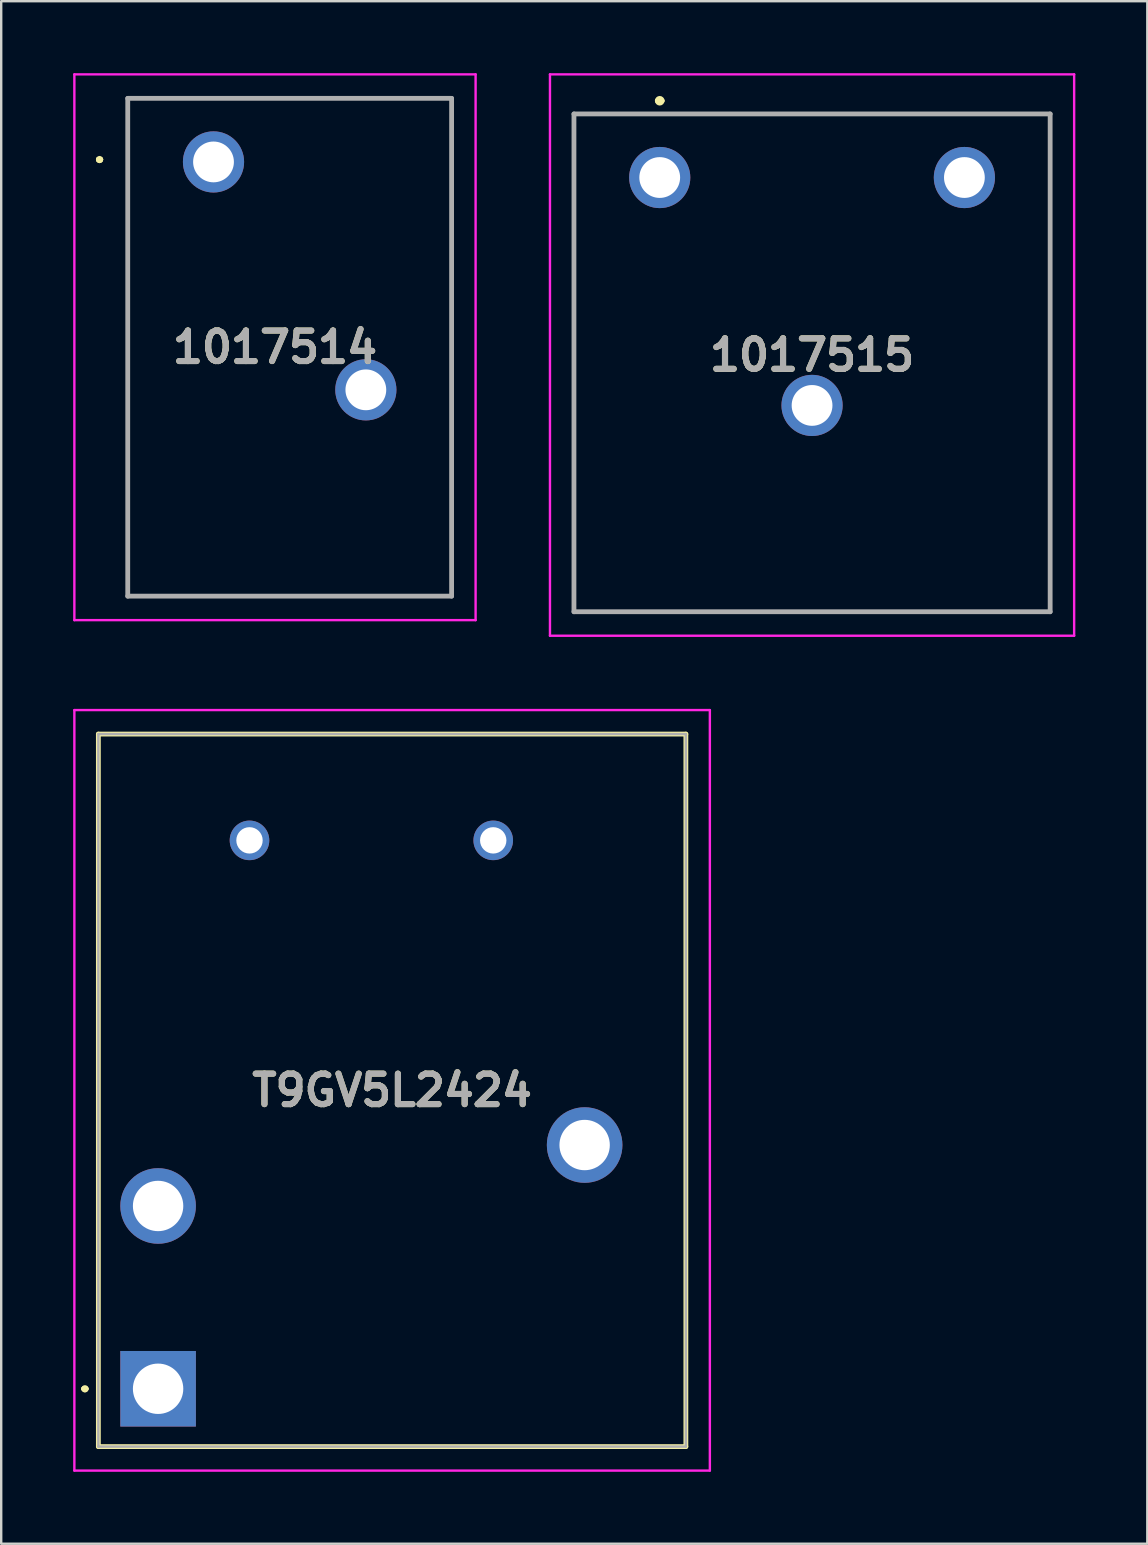
<source format=kicad_pcb>
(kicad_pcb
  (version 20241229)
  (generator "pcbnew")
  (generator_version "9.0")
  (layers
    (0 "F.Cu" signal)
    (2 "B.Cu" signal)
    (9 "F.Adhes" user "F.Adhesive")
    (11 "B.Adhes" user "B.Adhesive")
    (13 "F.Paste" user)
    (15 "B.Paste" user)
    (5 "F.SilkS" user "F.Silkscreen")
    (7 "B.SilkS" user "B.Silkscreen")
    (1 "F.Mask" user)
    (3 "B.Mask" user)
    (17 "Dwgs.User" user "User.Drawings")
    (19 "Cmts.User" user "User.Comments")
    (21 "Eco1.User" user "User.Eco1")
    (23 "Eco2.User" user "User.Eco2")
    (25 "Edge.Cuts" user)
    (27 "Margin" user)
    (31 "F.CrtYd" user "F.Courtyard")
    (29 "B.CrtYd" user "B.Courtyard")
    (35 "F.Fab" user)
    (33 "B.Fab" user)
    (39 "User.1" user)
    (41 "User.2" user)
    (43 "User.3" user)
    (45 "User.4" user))
  (footprint "1017514"
    (layer "F.Cu")
    (at 5.85 3.7)
    (property "Reference" "1017514" (at 2.562 7.725 0) (layer "F.SilkS") (effects (font (size 1.27 1.27) (thickness 0.254))))
    (attr through_hole)
    (fp_line (start -4.8 -0.1) (end -4.8 -0.1) (stroke (width 0.2) (type solid)) (layer "F.SilkS"))
    (fp_line (start -4.8 -0.1) (end -4.8 -0.1) (stroke (width 0.2) (type solid)) (layer "F.SilkS"))
    (fp_line (start -4.7 -0.1) (end -4.7 -0.1) (stroke (width 0.2) (type solid)) (layer "F.SilkS"))
    (fp_line (start -3.575 -2.65) (end 9.925 -2.65) (stroke (width 0.1) (type solid)) (layer "F.SilkS"))
    (fp_line (start -3.575 18.1) (end -3.575 -2.65) (stroke (width 0.1) (type solid)) (layer "F.SilkS"))
    (fp_line (start 9.925 -2.65) (end 9.925 18.1) (stroke (width 0.1) (type solid)) (layer "F.SilkS"))
    (fp_line (start 9.925 18.1) (end -3.575 18.1) (stroke (width 0.1) (type solid)) (layer "F.SilkS"))
    (fp_arc (start -4.8 -0.1) (mid -4.75 -0.15) (end -4.7 -0.1) (stroke (width 0.2) (type solid)) (layer "F.SilkS"))
    (fp_arc (start -4.7 -0.1) (mid -4.75 -0.05) (end -4.8 -0.1) (stroke (width 0.2) (type solid)) (layer "F.SilkS"))
    (fp_arc (start -4.7 -0.1) (mid -4.75 -0.05) (end -4.8 -0.1) (stroke (width 0.2) (type solid)) (layer "F.SilkS"))
    (fp_line (start -5.8 -3.65) (end 10.925 -3.65) (stroke (width 0.1) (type solid)) (layer "F.CrtYd"))
    (fp_line (start -5.8 19.1) (end -5.8 -3.65) (stroke (width 0.1) (type solid)) (layer "F.CrtYd"))
    (fp_line (start 10.925 -3.65) (end 10.925 19.1) (stroke (width 0.1) (type solid)) (layer "F.CrtYd"))
    (fp_line (start 10.925 19.1) (end -5.8 19.1) (stroke (width 0.1) (type solid)) (layer "F.CrtYd"))
    (fp_line (start -3.575 -2.65) (end -3.575 18.1) (stroke (width 0.2) (type solid)) (layer "F.Fab"))
    (fp_line (start -3.575 18.1) (end 9.925 18.1) (stroke (width 0.2) (type solid)) (layer "F.Fab"))
    (fp_line (start 9.925 -2.65) (end -3.575 -2.65) (stroke (width 0.2) (type solid)) (layer "F.Fab"))
    (fp_line (start 9.925 18.1) (end 9.925 -2.65) (stroke (width 0.2) (type solid)) (layer "F.Fab"))
    (fp_text user "${REFERENCE}" (at 2.562 7.725 0) (layer "F.Fab") (effects (font (size 1.27 1.27) (thickness 0.254))))
    (pad "1" thru_hole circle (at 0 0) (size 2.55 2.55) (drill 1.7) (layers "*.Cu" "*.Mask"))
    (pad "2" thru_hole circle (at 6.35 9.5) (size 2.55 2.55) (drill 1.7) (layers "*.Cu" "*.Mask")))
  (footprint "1017515"
    (layer "F.Cu")
    (at 24.45 4.35)
    (property "Reference" "1017515" (at 6.35 7.4 0) (layer "F.SilkS") (effects (font (size 1.27 1.27) (thickness 0.254))))
    (attr through_hole)
    (fp_line (start -3.575 -2.65) (end 16.275 -2.65) (stroke (width 0.1) (type solid)) (layer "F.SilkS"))
    (fp_line (start -3.575 18.1) (end -3.575 -2.65) (stroke (width 0.1) (type solid)) (layer "F.SilkS"))
    (fp_line (start -0.1 -3.2) (end -0.1 -3.2) (stroke (width 0.2) (type solid)) (layer "F.SilkS"))
    (fp_line (start 0.1 -3.2) (end 0.1 -3.2) (stroke (width 0.2) (type solid)) (layer "F.SilkS"))
    (fp_line (start 16.275 -2.65) (end 16.275 18.1) (stroke (width 0.1) (type solid)) (layer "F.SilkS"))
    (fp_line (start 16.275 18.1) (end -3.575 18.1) (stroke (width 0.1) (type solid)) (layer "F.SilkS"))
    (fp_arc (start -0.1 -3.2) (mid 0 -3.3) (end 0.1 -3.2) (stroke (width 0.2) (type solid)) (layer "F.SilkS"))
    (fp_arc (start 0.1 -3.2) (mid 0 -3.1) (end -0.1 -3.2) (stroke (width 0.2) (type solid)) (layer "F.SilkS"))
    (fp_line (start -4.575 -4.3) (end 17.275 -4.3) (stroke (width 0.1) (type solid)) (layer "F.CrtYd"))
    (fp_line (start -4.575 19.1) (end -4.575 -4.3) (stroke (width 0.1) (type solid)) (layer "F.CrtYd"))
    (fp_line (start 17.275 -4.3) (end 17.275 19.1) (stroke (width 0.1) (type solid)) (layer "F.CrtYd"))
    (fp_line (start 17.275 19.1) (end -4.575 19.1) (stroke (width 0.1) (type solid)) (layer "F.CrtYd"))
    (fp_line (start -3.575 -2.65) (end 16.275 -2.65) (stroke (width 0.2) (type solid)) (layer "F.Fab"))
    (fp_line (start -3.575 18.1) (end -3.575 -2.65) (stroke (width 0.2) (type solid)) (layer "F.Fab"))
    (fp_line (start 16.275 -2.65) (end 16.275 18.1) (stroke (width 0.2) (type solid)) (layer "F.Fab"))
    (fp_line (start 16.275 18.1) (end -3.575 18.1) (stroke (width 0.2) (type solid)) (layer "F.Fab"))
    (fp_text user "${REFERENCE}" (at 6.35 7.4 0) (layer "F.Fab") (effects (font (size 1.27 1.27) (thickness 0.254))))
    (pad "1" thru_hole circle (at 0 0) (size 2.55 2.55) (drill 1.7) (layers "*.Cu" "*.Mask"))
    (pad "2" thru_hole circle (at 6.35 9.5) (size 2.55 2.55) (drill 1.7) (layers "*.Cu" "*.Mask"))
    (pad "3" thru_hole circle (at 12.7 0) (size 2.55 2.55) (drill 1.7) (layers "*.Cu" "*.Mask")))
  (footprint "T9GV5L2424"
    (layer "F.Cu")
    (at 3.54 54.84)
    (property "Reference" "T9GV5L2424" (at 9.755 -12.44 0) (layer "F.SilkS") (effects (font (size 1.27 1.27) (thickness 0.254))))
    (attr through_hole)
    (fp_line (start -3.1 0) (end -3.1 0) (stroke (width 0.2) (type solid)) (layer "F.SilkS"))
    (fp_line (start -3.1 0) (end -3.1 0) (stroke (width 0.2) (type solid)) (layer "F.SilkS"))
    (fp_line (start -3 0) (end -3 0) (stroke (width 0.2) (type solid)) (layer "F.SilkS"))
    (fp_line (start -2.49 -27.29) (end -2.49 2.41) (stroke (width 0.2) (type solid)) (layer "F.SilkS"))
    (fp_line (start -2.49 2.41) (end 22 2.41) (stroke (width 0.2) (type solid)) (layer "F.SilkS"))
    (fp_line (start 22 -27.29) (end -2.49 -27.29) (stroke (width 0.2) (type solid)) (layer "F.SilkS"))
    (fp_line (start 22 2.41) (end 22 -27.29) (stroke (width 0.2) (type solid)) (layer "F.SilkS"))
    (fp_arc (start -3.1 0) (mid -3.05 -0.05) (end -3 0) (stroke (width 0.2) (type solid)) (layer "F.SilkS"))
    (fp_arc (start -3 0) (mid -3.05 0.05) (end -3.1 0) (stroke (width 0.2) (type solid)) (layer "F.SilkS"))
    (fp_arc (start -3 0) (mid -3.05 0.05) (end -3.1 0) (stroke (width 0.2) (type solid)) (layer "F.SilkS"))
    (fp_line (start -3.49 -28.29) (end -3.49 3.41) (stroke (width 0.1) (type solid)) (layer "F.CrtYd"))
    (fp_line (start -3.49 3.41) (end 23 3.41) (stroke (width 0.1) (type solid)) (layer "F.CrtYd"))
    (fp_line (start 23 -28.29) (end -3.49 -28.29) (stroke (width 0.1) (type solid)) (layer "F.CrtYd"))
    (fp_line (start 23 3.41) (end 23 -28.29) (stroke (width 0.1) (type solid)) (layer "F.CrtYd"))
    (fp_line (start -2.49 -27.29) (end -2.49 2.41) (stroke (width 0.1) (type solid)) (layer "F.Fab"))
    (fp_line (start -2.49 2.41) (end 22 2.41) (stroke (width 0.1) (type solid)) (layer "F.Fab"))
    (fp_line (start 22 -27.29) (end -2.49 -27.29) (stroke (width 0.1) (type solid)) (layer "F.Fab"))
    (fp_line (start 22 2.41) (end 22 -27.29) (stroke (width 0.1) (type solid)) (layer "F.Fab"))
    (fp_text user "${REFERENCE}" (at 9.755 -12.44 0) (layer "F.Fab") (effects (font (size 1.27 1.27) (thickness 0.254))))
    (pad "1" thru_hole rect (at 0 0) (size 3.15 3.15) (drill 2.1) (layers "*.Cu" "*.Mask"))
    (pad "2" thru_hole circle (at 0 -7.62) (size 3.15 3.15) (drill 2.1) (layers "*.Cu" "*.Mask"))
    (pad "3" thru_hole circle (at 3.81 -22.86) (size 1.65 1.65) (drill 1.1) (layers "*.Cu" "*.Mask"))
    (pad "4" thru_hole circle (at 13.97 -22.86) (size 1.65 1.65) (drill 1.1) (layers "*.Cu" "*.Mask"))
    (pad "5" thru_hole circle (at 17.78 -10.16) (size 3.15 3.15) (drill 2.1) (layers "*.Cu" "*.Mask")))
  (gr_rect
    (start -3 -3)
    (end 44.775 61.3)
    (stroke (width 0.1) (type default))
    (fill no)
    (layer "Edge.Cuts")))
</source>
